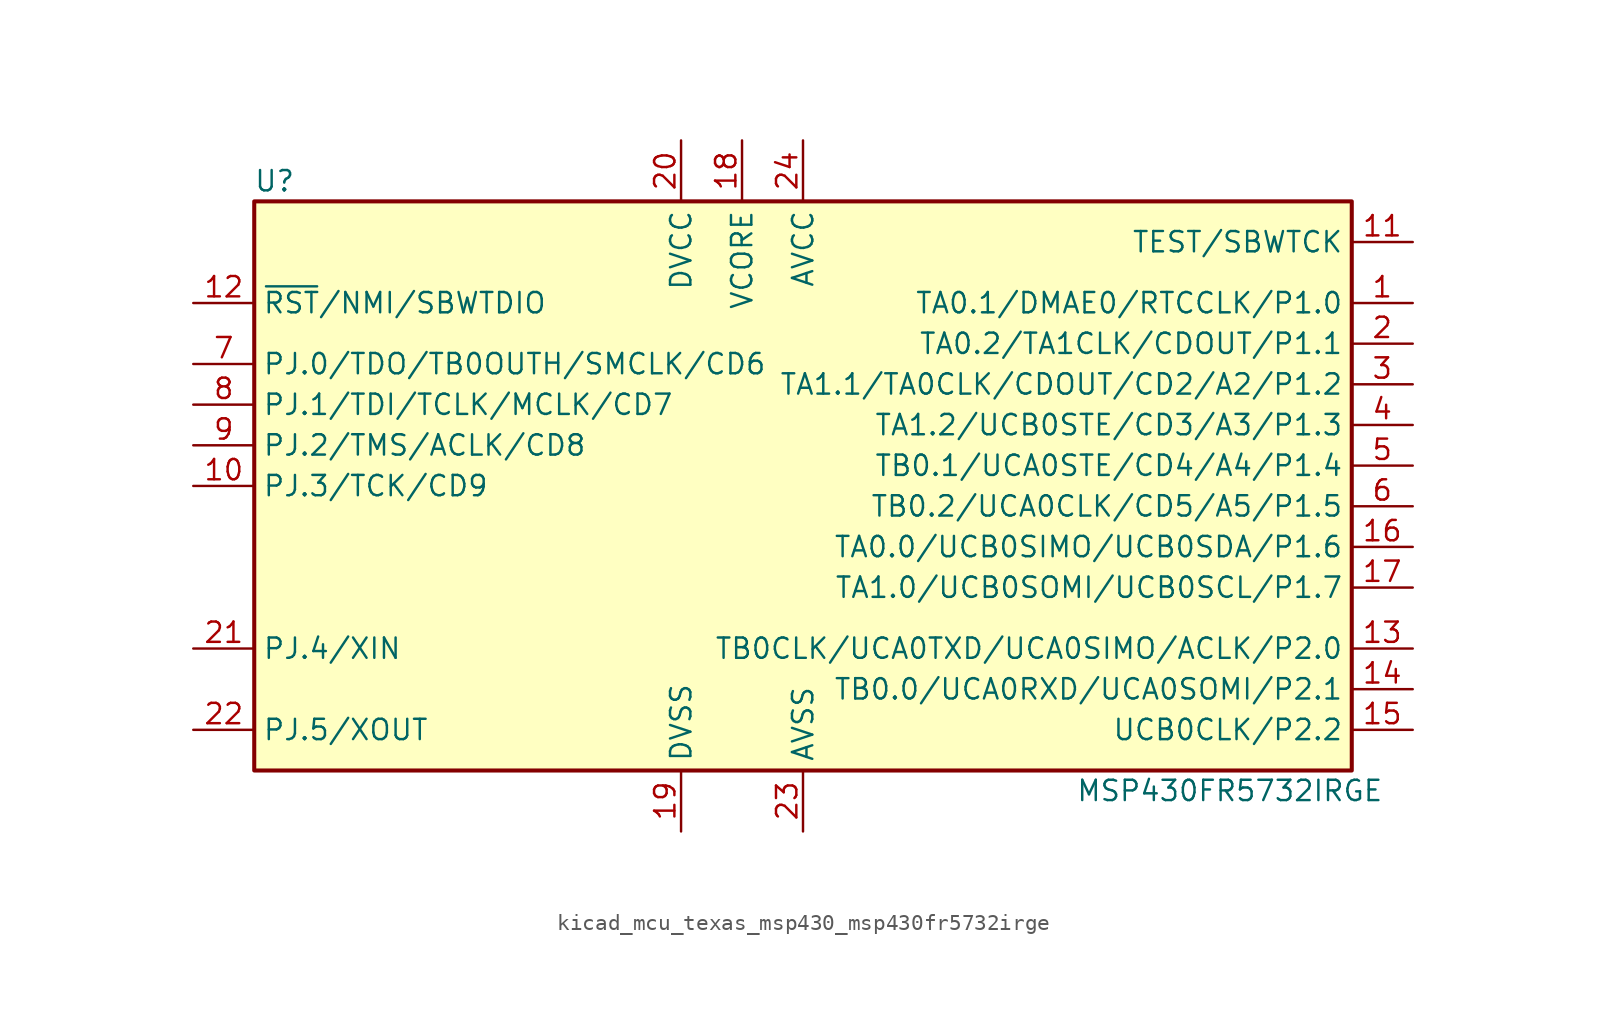
<source format=kicad_sym>
(kicad_symbol_lib
  (version 20220914)
  (generator kicad_symbol_editor)
  (symbol "kicad_mcu_texas_msp430_msp430fr5732irge"
    (property "Reference" "U"
      (at -33.02 19.05 0)
      (effects (font (size 1.27 1.27))))
    (property "Value" "MSP430FR5732IRGE"
      (at 26.67 -19.05 0)
      (effects (font (size 1.27 1.27))))
    (symbol "kicad_mcu_texas_msp430_msp430fr5732irge_0_1"
      (rectangle (start -34.29 17.78) (end 34.29 -17.78) (stroke (width 0.254) (type default)) (fill (type background))))
    (symbol "kicad_mcu_texas_msp430_msp430fr5732irge_1_1"
      (pin bidirectional line (at 38.1 11.43 180) (length 3.81) (name "TA0.1/DMAE0/RTCCLK/P1.0" (effects (font (size 1.27 1.27)))) (number "1" (effects (font (size 1.27 1.27)))))
      (pin bidirectional line (at -38.1 0 0) (length 3.81) (name "PJ.3/TCK/CD9" (effects (font (size 1.27 1.27)))) (number "10" (effects (font (size 1.27 1.27)))))
      (pin input line (at 38.1 15.24 180) (length 3.81) (name "TEST/SBWTCK" (effects (font (size 1.27 1.27)))) (number "11" (effects (font (size 1.27 1.27)))))
      (pin input line (at -38.1 11.43 0) (length 3.81) (name "~{RST}/NMI/SBWTDIO" (effects (font (size 1.27 1.27)))) (number "12" (effects (font (size 1.27 1.27)))))
      (pin input line (at 38.1 -10.16 180) (length 3.81) (name "TB0CLK/UCA0TXD/UCA0SIMO/ACLK/P2.0" (effects (font (size 1.27 1.27)))) (number "13" (effects (font (size 1.27 1.27)))))
      (pin input line (at 38.1 -12.7 180) (length 3.81) (name "TB0.0/UCA0RXD/UCA0SOMI/P2.1" (effects (font (size 1.27 1.27)))) (number "14" (effects (font (size 1.27 1.27)))))
      (pin input line (at 38.1 -15.24 180) (length 3.81) (name "UCB0CLK/P2.2" (effects (font (size 1.27 1.27)))) (number "15" (effects (font (size 1.27 1.27)))))
      (pin input line (at 38.1 -3.81 180) (length 3.81) (name "TA0.0/UCB0SIMO/UCB0SDA/P1.6" (effects (font (size 1.27 1.27)))) (number "16" (effects (font (size 1.27 1.27)))))
      (pin input line (at 38.1 -6.35 180) (length 3.81) (name "TA1.0/UCB0SOMI/UCB0SCL/P1.7" (effects (font (size 1.27 1.27)))) (number "17" (effects (font (size 1.27 1.27)))))
      (pin input line (at -3.81 21.59 270) (length 3.81) (name "VCORE" (effects (font (size 1.27 1.27)))) (number "18" (effects (font (size 1.27 1.27)))))
      (pin power_in line (at -7.62 -21.59 90) (length 3.81) (name "DVSS" (effects (font (size 1.27 1.27)))) (number "19" (effects (font (size 1.27 1.27)))))
      (pin bidirectional line (at 38.1 8.89 180) (length 3.81) (name "TA0.2/TA1CLK/CDOUT/P1.1" (effects (font (size 1.27 1.27)))) (number "2" (effects (font (size 1.27 1.27)))))
      (pin power_in line (at -7.62 21.59 270) (length 3.81) (name "DVCC" (effects (font (size 1.27 1.27)))) (number "20" (effects (font (size 1.27 1.27)))))
      (pin input line (at -38.1 -10.16 0) (length 3.81) (name "PJ.4/XIN" (effects (font (size 1.27 1.27)))) (number "21" (effects (font (size 1.27 1.27)))))
      (pin input line (at -38.1 -15.24 0) (length 3.81) (name "PJ.5/XOUT" (effects (font (size 1.27 1.27)))) (number "22" (effects (font (size 1.27 1.27)))))
      (pin power_in line (at 0 -21.59 90) (length 3.81) (name "AVSS" (effects (font (size 1.27 1.27)))) (number "23" (effects (font (size 1.27 1.27)))))
      (pin power_in line (at 0 21.59 270) (length 3.81) (name "AVCC" (effects (font (size 1.27 1.27)))) (number "24" (effects (font (size 1.27 1.27)))))
      (pin bidirectional line (at 38.1 6.35 180) (length 3.81) (name "TA1.1/TA0CLK/CDOUT/CD2/A2/P1.2" (effects (font (size 1.27 1.27)))) (number "3" (effects (font (size 1.27 1.27)))))
      (pin bidirectional line (at 38.1 3.81 180) (length 3.81) (name "TA1.2/UCB0STE/CD3/A3/P1.3" (effects (font (size 1.27 1.27)))) (number "4" (effects (font (size 1.27 1.27)))))
      (pin bidirectional line (at 38.1 1.27 180) (length 3.81) (name "TB0.1/UCA0STE/CD4/A4/P1.4" (effects (font (size 1.27 1.27)))) (number "5" (effects (font (size 1.27 1.27)))))
      (pin bidirectional line (at 38.1 -1.27 180) (length 3.81) (name "TB0.2/UCA0CLK/CD5/A5/P1.5" (effects (font (size 1.27 1.27)))) (number "6" (effects (font (size 1.27 1.27)))))
      (pin bidirectional line (at -38.1 7.62 0) (length 3.81) (name "PJ.0/TDO/TB0OUTH/SMCLK/CD6" (effects (font (size 1.27 1.27)))) (number "7" (effects (font (size 1.27 1.27)))))
      (pin bidirectional line (at -38.1 5.08 0) (length 3.81) (name "PJ.1/TDI/TCLK/MCLK/CD7" (effects (font (size 1.27 1.27)))) (number "8" (effects (font (size 1.27 1.27)))))
      (pin bidirectional line (at -38.1 2.54 0) (length 3.81) (name "PJ.2/TMS/ACLK/CD8" (effects (font (size 1.27 1.27)))) (number "9" (effects (font (size 1.27 1.27))))))))
</source>
